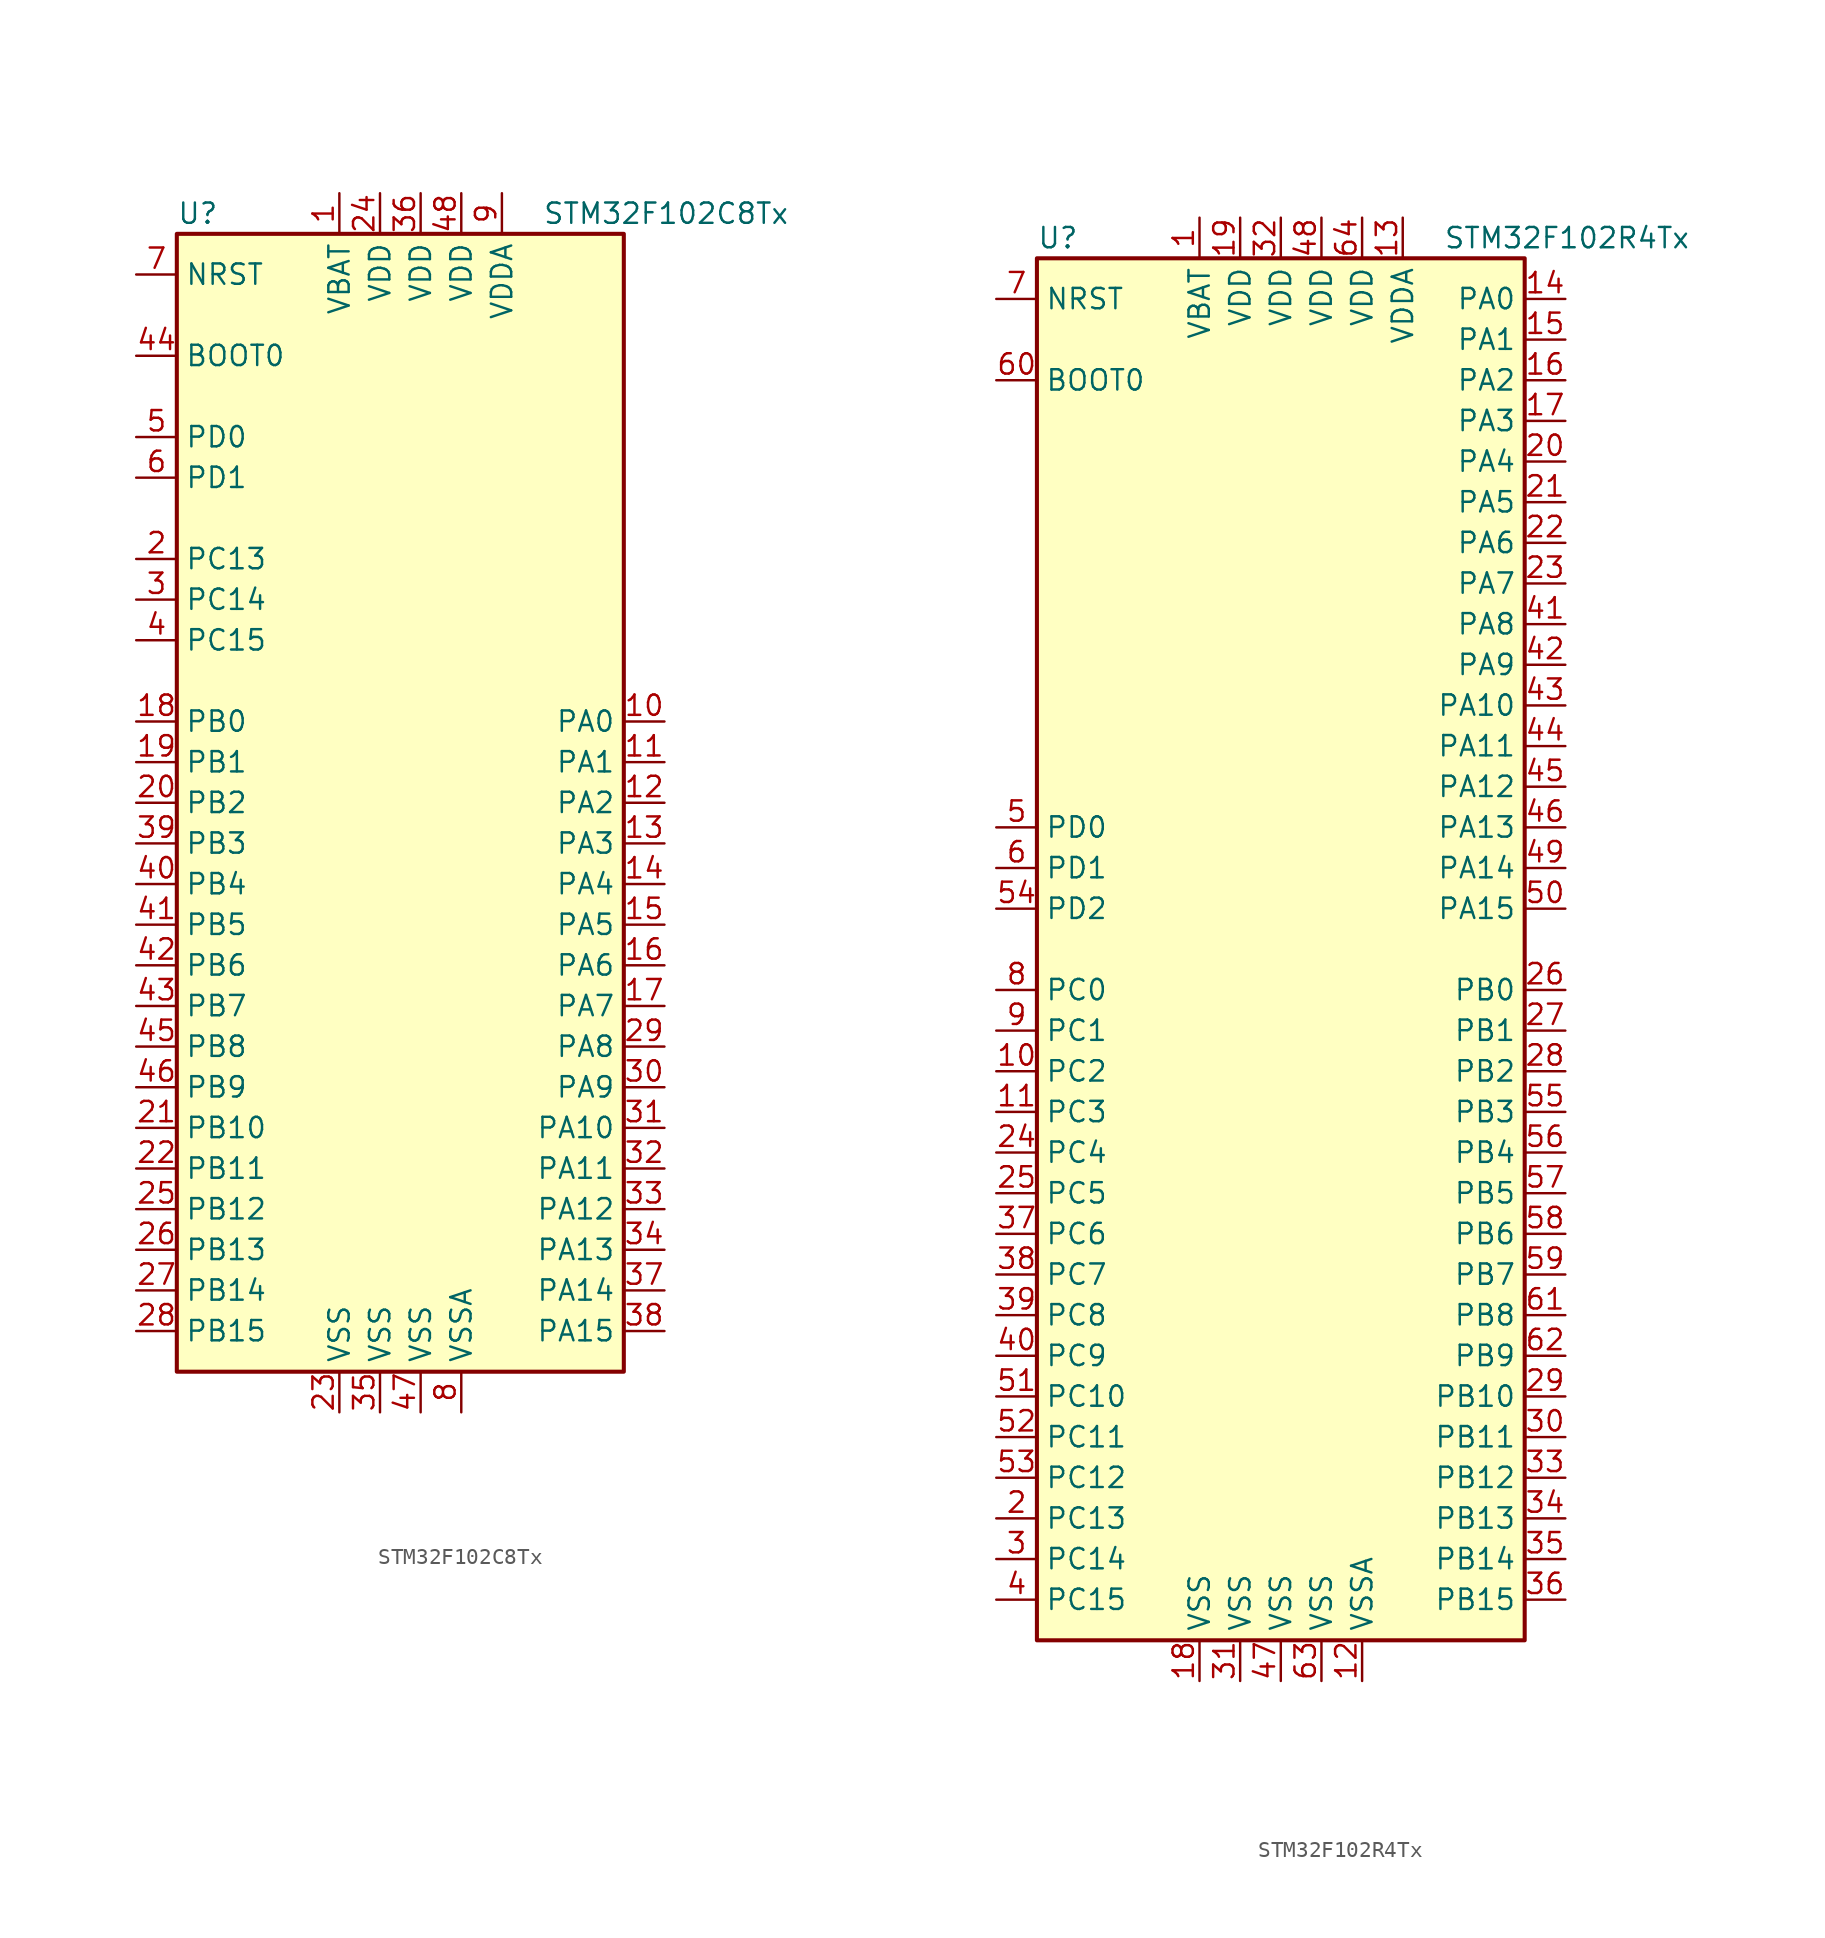
<source format=kicad_sym>
(kicad_symbol_lib
  (version 20211014)
  (generator kicad_symbol_editor)
  (symbol "STM32F102C8Tx"
    (property "Reference" "U"
      (at -15.24 36.83 0)
      (effects (font (size 1.27 1.27)) (justify left)))
    (property "Value" "STM32F102C8Tx"
      (at 7.62 36.83 0)
      (effects (font (size 1.27 1.27)) (justify left)))
    (symbol "STM32F102C8Tx_0_1"
      (rectangle (start -15.24 -35.56) (end 12.7 35.56) (stroke (width 0.254) (type default) (color 0 0 0 0)) (fill (type background))))
    (symbol "STM32F102C8Tx_1_1"
      (pin power_in line (at -5.08 38.1 270) (length 2.54) (name "VBAT" (effects (font (size 1.27 1.27)))) (number "1" (effects (font (size 1.27 1.27)))))
      (pin bidirectional line (at 15.24 5.08 180) (length 2.54) (name "PA0" (effects (font (size 1.27 1.27)))) (number "10" (effects (font (size 1.27 1.27)))))
      (pin bidirectional line (at 15.24 2.54 180) (length 2.54) (name "PA1" (effects (font (size 1.27 1.27)))) (number "11" (effects (font (size 1.27 1.27)))))
      (pin bidirectional line (at 15.24 0 180) (length 2.54) (name "PA2" (effects (font (size 1.27 1.27)))) (number "12" (effects (font (size 1.27 1.27)))))
      (pin bidirectional line (at 15.24 -2.54 180) (length 2.54) (name "PA3" (effects (font (size 1.27 1.27)))) (number "13" (effects (font (size 1.27 1.27)))))
      (pin bidirectional line (at 15.24 -5.08 180) (length 2.54) (name "PA4" (effects (font (size 1.27 1.27)))) (number "14" (effects (font (size 1.27 1.27)))))
      (pin bidirectional line (at 15.24 -7.62 180) (length 2.54) (name "PA5" (effects (font (size 1.27 1.27)))) (number "15" (effects (font (size 1.27 1.27)))))
      (pin bidirectional line (at 15.24 -10.16 180) (length 2.54) (name "PA6" (effects (font (size 1.27 1.27)))) (number "16" (effects (font (size 1.27 1.27)))))
      (pin bidirectional line (at 15.24 -12.7 180) (length 2.54) (name "PA7" (effects (font (size 1.27 1.27)))) (number "17" (effects (font (size 1.27 1.27)))))
      (pin bidirectional line (at -17.78 5.08 0) (length 2.54) (name "PB0" (effects (font (size 1.27 1.27)))) (number "18" (effects (font (size 1.27 1.27)))))
      (pin bidirectional line (at -17.78 2.54 0) (length 2.54) (name "PB1" (effects (font (size 1.27 1.27)))) (number "19" (effects (font (size 1.27 1.27)))))
      (pin bidirectional line (at -17.78 15.24 0) (length 2.54) (name "PC13" (effects (font (size 1.27 1.27)))) (number "2" (effects (font (size 1.27 1.27)))))
      (pin bidirectional line (at -17.78 0 0) (length 2.54) (name "PB2" (effects (font (size 1.27 1.27)))) (number "20" (effects (font (size 1.27 1.27)))))
      (pin bidirectional line (at -17.78 -20.32 0) (length 2.54) (name "PB10" (effects (font (size 1.27 1.27)))) (number "21" (effects (font (size 1.27 1.27)))))
      (pin bidirectional line (at -17.78 -22.86 0) (length 2.54) (name "PB11" (effects (font (size 1.27 1.27)))) (number "22" (effects (font (size 1.27 1.27)))))
      (pin power_in line (at -5.08 -38.1 90) (length 2.54) (name "VSS" (effects (font (size 1.27 1.27)))) (number "23" (effects (font (size 1.27 1.27)))))
      (pin power_in line (at -2.54 38.1 270) (length 2.54) (name "VDD" (effects (font (size 1.27 1.27)))) (number "24" (effects (font (size 1.27 1.27)))))
      (pin bidirectional line (at -17.78 -25.4 0) (length 2.54) (name "PB12" (effects (font (size 1.27 1.27)))) (number "25" (effects (font (size 1.27 1.27)))))
      (pin bidirectional line (at -17.78 -27.94 0) (length 2.54) (name "PB13" (effects (font (size 1.27 1.27)))) (number "26" (effects (font (size 1.27 1.27)))))
      (pin bidirectional line (at -17.78 -30.48 0) (length 2.54) (name "PB14" (effects (font (size 1.27 1.27)))) (number "27" (effects (font (size 1.27 1.27)))))
      (pin bidirectional line (at -17.78 -33.02 0) (length 2.54) (name "PB15" (effects (font (size 1.27 1.27)))) (number "28" (effects (font (size 1.27 1.27)))))
      (pin bidirectional line (at 15.24 -15.24 180) (length 2.54) (name "PA8" (effects (font (size 1.27 1.27)))) (number "29" (effects (font (size 1.27 1.27)))))
      (pin bidirectional line (at -17.78 12.7 0) (length 2.54) (name "PC14" (effects (font (size 1.27 1.27)))) (number "3" (effects (font (size 1.27 1.27)))))
      (pin bidirectional line (at 15.24 -17.78 180) (length 2.54) (name "PA9" (effects (font (size 1.27 1.27)))) (number "30" (effects (font (size 1.27 1.27)))))
      (pin bidirectional line (at 15.24 -20.32 180) (length 2.54) (name "PA10" (effects (font (size 1.27 1.27)))) (number "31" (effects (font (size 1.27 1.27)))))
      (pin bidirectional line (at 15.24 -22.86 180) (length 2.54) (name "PA11" (effects (font (size 1.27 1.27)))) (number "32" (effects (font (size 1.27 1.27)))))
      (pin bidirectional line (at 15.24 -25.4 180) (length 2.54) (name "PA12" (effects (font (size 1.27 1.27)))) (number "33" (effects (font (size 1.27 1.27)))))
      (pin bidirectional line (at 15.24 -27.94 180) (length 2.54) (name "PA13" (effects (font (size 1.27 1.27)))) (number "34" (effects (font (size 1.27 1.27)))))
      (pin power_in line (at -2.54 -38.1 90) (length 2.54) (name "VSS" (effects (font (size 1.27 1.27)))) (number "35" (effects (font (size 1.27 1.27)))))
      (pin power_in line (at 0 38.1 270) (length 2.54) (name "VDD" (effects (font (size 1.27 1.27)))) (number "36" (effects (font (size 1.27 1.27)))))
      (pin bidirectional line (at 15.24 -30.48 180) (length 2.54) (name "PA14" (effects (font (size 1.27 1.27)))) (number "37" (effects (font (size 1.27 1.27)))))
      (pin bidirectional line (at 15.24 -33.02 180) (length 2.54) (name "PA15" (effects (font (size 1.27 1.27)))) (number "38" (effects (font (size 1.27 1.27)))))
      (pin bidirectional line (at -17.78 -2.54 0) (length 2.54) (name "PB3" (effects (font (size 1.27 1.27)))) (number "39" (effects (font (size 1.27 1.27)))))
      (pin bidirectional line (at -17.78 10.16 0) (length 2.54) (name "PC15" (effects (font (size 1.27 1.27)))) (number "4" (effects (font (size 1.27 1.27)))))
      (pin bidirectional line (at -17.78 -5.08 0) (length 2.54) (name "PB4" (effects (font (size 1.27 1.27)))) (number "40" (effects (font (size 1.27 1.27)))))
      (pin bidirectional line (at -17.78 -7.62 0) (length 2.54) (name "PB5" (effects (font (size 1.27 1.27)))) (number "41" (effects (font (size 1.27 1.27)))))
      (pin bidirectional line (at -17.78 -10.16 0) (length 2.54) (name "PB6" (effects (font (size 1.27 1.27)))) (number "42" (effects (font (size 1.27 1.27)))))
      (pin bidirectional line (at -17.78 -12.7 0) (length 2.54) (name "PB7" (effects (font (size 1.27 1.27)))) (number "43" (effects (font (size 1.27 1.27)))))
      (pin input line (at -17.78 27.94 0) (length 2.54) (name "BOOT0" (effects (font (size 1.27 1.27)))) (number "44" (effects (font (size 1.27 1.27)))))
      (pin bidirectional line (at -17.78 -15.24 0) (length 2.54) (name "PB8" (effects (font (size 1.27 1.27)))) (number "45" (effects (font (size 1.27 1.27)))))
      (pin bidirectional line (at -17.78 -17.78 0) (length 2.54) (name "PB9" (effects (font (size 1.27 1.27)))) (number "46" (effects (font (size 1.27 1.27)))))
      (pin power_in line (at 0 -38.1 90) (length 2.54) (name "VSS" (effects (font (size 1.27 1.27)))) (number "47" (effects (font (size 1.27 1.27)))))
      (pin power_in line (at 2.54 38.1 270) (length 2.54) (name "VDD" (effects (font (size 1.27 1.27)))) (number "48" (effects (font (size 1.27 1.27)))))
      (pin input line (at -17.78 22.86 0) (length 2.54) (name "PD0" (effects (font (size 1.27 1.27)))) (number "5" (effects (font (size 1.27 1.27)))))
      (pin input line (at -17.78 20.32 0) (length 2.54) (name "PD1" (effects (font (size 1.27 1.27)))) (number "6" (effects (font (size 1.27 1.27)))))
      (pin input line (at -17.78 33.02 0) (length 2.54) (name "NRST" (effects (font (size 1.27 1.27)))) (number "7" (effects (font (size 1.27 1.27)))))
      (pin power_in line (at 2.54 -38.1 90) (length 2.54) (name "VSSA" (effects (font (size 1.27 1.27)))) (number "8" (effects (font (size 1.27 1.27)))))
      (pin power_in line (at 5.08 38.1 270) (length 2.54) (name "VDDA" (effects (font (size 1.27 1.27)))) (number "9" (effects (font (size 1.27 1.27)))))))
  (symbol "STM32F102R4Tx"
    (property "Reference" "U"
      (at -15.24 44.45 0)
      (effects (font (size 1.27 1.27)) (justify left)))
    (property "Value" "STM32F102R4Tx"
      (at 10.16 44.45 0)
      (effects (font (size 1.27 1.27)) (justify left)))
    (symbol "STM32F102R4Tx_0_1"
      (rectangle (start -15.24 -43.18) (end 15.24 43.18) (stroke (width 0.254) (type default) (color 0 0 0 0)) (fill (type background))))
    (symbol "STM32F102R4Tx_1_1"
      (pin power_in line (at -5.08 45.72 270) (length 2.54) (name "VBAT" (effects (font (size 1.27 1.27)))) (number "1" (effects (font (size 1.27 1.27)))))
      (pin bidirectional line (at -17.78 -7.62 0) (length 2.54) (name "PC2" (effects (font (size 1.27 1.27)))) (number "10" (effects (font (size 1.27 1.27)))))
      (pin bidirectional line (at -17.78 -10.16 0) (length 2.54) (name "PC3" (effects (font (size 1.27 1.27)))) (number "11" (effects (font (size 1.27 1.27)))))
      (pin power_in line (at 5.08 -45.72 90) (length 2.54) (name "VSSA" (effects (font (size 1.27 1.27)))) (number "12" (effects (font (size 1.27 1.27)))))
      (pin power_in line (at 7.62 45.72 270) (length 2.54) (name "VDDA" (effects (font (size 1.27 1.27)))) (number "13" (effects (font (size 1.27 1.27)))))
      (pin bidirectional line (at 17.78 40.64 180) (length 2.54) (name "PA0" (effects (font (size 1.27 1.27)))) (number "14" (effects (font (size 1.27 1.27)))))
      (pin bidirectional line (at 17.78 38.1 180) (length 2.54) (name "PA1" (effects (font (size 1.27 1.27)))) (number "15" (effects (font (size 1.27 1.27)))))
      (pin bidirectional line (at 17.78 35.56 180) (length 2.54) (name "PA2" (effects (font (size 1.27 1.27)))) (number "16" (effects (font (size 1.27 1.27)))))
      (pin bidirectional line (at 17.78 33.02 180) (length 2.54) (name "PA3" (effects (font (size 1.27 1.27)))) (number "17" (effects (font (size 1.27 1.27)))))
      (pin power_in line (at -5.08 -45.72 90) (length 2.54) (name "VSS" (effects (font (size 1.27 1.27)))) (number "18" (effects (font (size 1.27 1.27)))))
      (pin power_in line (at -2.54 45.72 270) (length 2.54) (name "VDD" (effects (font (size 1.27 1.27)))) (number "19" (effects (font (size 1.27 1.27)))))
      (pin bidirectional line (at -17.78 -35.56 0) (length 2.54) (name "PC13" (effects (font (size 1.27 1.27)))) (number "2" (effects (font (size 1.27 1.27)))))
      (pin bidirectional line (at 17.78 30.48 180) (length 2.54) (name "PA4" (effects (font (size 1.27 1.27)))) (number "20" (effects (font (size 1.27 1.27)))))
      (pin bidirectional line (at 17.78 27.94 180) (length 2.54) (name "PA5" (effects (font (size 1.27 1.27)))) (number "21" (effects (font (size 1.27 1.27)))))
      (pin bidirectional line (at 17.78 25.4 180) (length 2.54) (name "PA6" (effects (font (size 1.27 1.27)))) (number "22" (effects (font (size 1.27 1.27)))))
      (pin bidirectional line (at 17.78 22.86 180) (length 2.54) (name "PA7" (effects (font (size 1.27 1.27)))) (number "23" (effects (font (size 1.27 1.27)))))
      (pin bidirectional line (at -17.78 -12.7 0) (length 2.54) (name "PC4" (effects (font (size 1.27 1.27)))) (number "24" (effects (font (size 1.27 1.27)))))
      (pin bidirectional line (at -17.78 -15.24 0) (length 2.54) (name "PC5" (effects (font (size 1.27 1.27)))) (number "25" (effects (font (size 1.27 1.27)))))
      (pin bidirectional line (at 17.78 -2.54 180) (length 2.54) (name "PB0" (effects (font (size 1.27 1.27)))) (number "26" (effects (font (size 1.27 1.27)))))
      (pin bidirectional line (at 17.78 -5.08 180) (length 2.54) (name "PB1" (effects (font (size 1.27 1.27)))) (number "27" (effects (font (size 1.27 1.27)))))
      (pin bidirectional line (at 17.78 -7.62 180) (length 2.54) (name "PB2" (effects (font (size 1.27 1.27)))) (number "28" (effects (font (size 1.27 1.27)))))
      (pin bidirectional line (at 17.78 -27.94 180) (length 2.54) (name "PB10" (effects (font (size 1.27 1.27)))) (number "29" (effects (font (size 1.27 1.27)))))
      (pin bidirectional line (at -17.78 -38.1 0) (length 2.54) (name "PC14" (effects (font (size 1.27 1.27)))) (number "3" (effects (font (size 1.27 1.27)))))
      (pin bidirectional line (at 17.78 -30.48 180) (length 2.54) (name "PB11" (effects (font (size 1.27 1.27)))) (number "30" (effects (font (size 1.27 1.27)))))
      (pin power_in line (at -2.54 -45.72 90) (length 2.54) (name "VSS" (effects (font (size 1.27 1.27)))) (number "31" (effects (font (size 1.27 1.27)))))
      (pin power_in line (at 0 45.72 270) (length 2.54) (name "VDD" (effects (font (size 1.27 1.27)))) (number "32" (effects (font (size 1.27 1.27)))))
      (pin bidirectional line (at 17.78 -33.02 180) (length 2.54) (name "PB12" (effects (font (size 1.27 1.27)))) (number "33" (effects (font (size 1.27 1.27)))))
      (pin bidirectional line (at 17.78 -35.56 180) (length 2.54) (name "PB13" (effects (font (size 1.27 1.27)))) (number "34" (effects (font (size 1.27 1.27)))))
      (pin bidirectional line (at 17.78 -38.1 180) (length 2.54) (name "PB14" (effects (font (size 1.27 1.27)))) (number "35" (effects (font (size 1.27 1.27)))))
      (pin bidirectional line (at 17.78 -40.64 180) (length 2.54) (name "PB15" (effects (font (size 1.27 1.27)))) (number "36" (effects (font (size 1.27 1.27)))))
      (pin bidirectional line (at -17.78 -17.78 0) (length 2.54) (name "PC6" (effects (font (size 1.27 1.27)))) (number "37" (effects (font (size 1.27 1.27)))))
      (pin bidirectional line (at -17.78 -20.32 0) (length 2.54) (name "PC7" (effects (font (size 1.27 1.27)))) (number "38" (effects (font (size 1.27 1.27)))))
      (pin bidirectional line (at -17.78 -22.86 0) (length 2.54) (name "PC8" (effects (font (size 1.27 1.27)))) (number "39" (effects (font (size 1.27 1.27)))))
      (pin bidirectional line (at -17.78 -40.64 0) (length 2.54) (name "PC15" (effects (font (size 1.27 1.27)))) (number "4" (effects (font (size 1.27 1.27)))))
      (pin bidirectional line (at -17.78 -25.4 0) (length 2.54) (name "PC9" (effects (font (size 1.27 1.27)))) (number "40" (effects (font (size 1.27 1.27)))))
      (pin bidirectional line (at 17.78 20.32 180) (length 2.54) (name "PA8" (effects (font (size 1.27 1.27)))) (number "41" (effects (font (size 1.27 1.27)))))
      (pin bidirectional line (at 17.78 17.78 180) (length 2.54) (name "PA9" (effects (font (size 1.27 1.27)))) (number "42" (effects (font (size 1.27 1.27)))))
      (pin bidirectional line (at 17.78 15.24 180) (length 2.54) (name "PA10" (effects (font (size 1.27 1.27)))) (number "43" (effects (font (size 1.27 1.27)))))
      (pin bidirectional line (at 17.78 12.7 180) (length 2.54) (name "PA11" (effects (font (size 1.27 1.27)))) (number "44" (effects (font (size 1.27 1.27)))))
      (pin bidirectional line (at 17.78 10.16 180) (length 2.54) (name "PA12" (effects (font (size 1.27 1.27)))) (number "45" (effects (font (size 1.27 1.27)))))
      (pin bidirectional line (at 17.78 7.62 180) (length 2.54) (name "PA13" (effects (font (size 1.27 1.27)))) (number "46" (effects (font (size 1.27 1.27)))))
      (pin power_in line (at 0 -45.72 90) (length 2.54) (name "VSS" (effects (font (size 1.27 1.27)))) (number "47" (effects (font (size 1.27 1.27)))))
      (pin power_in line (at 2.54 45.72 270) (length 2.54) (name "VDD" (effects (font (size 1.27 1.27)))) (number "48" (effects (font (size 1.27 1.27)))))
      (pin bidirectional line (at 17.78 5.08 180) (length 2.54) (name "PA14" (effects (font (size 1.27 1.27)))) (number "49" (effects (font (size 1.27 1.27)))))
      (pin input line (at -17.78 7.62 0) (length 2.54) (name "PD0" (effects (font (size 1.27 1.27)))) (number "5" (effects (font (size 1.27 1.27)))))
      (pin bidirectional line (at 17.78 2.54 180) (length 2.54) (name "PA15" (effects (font (size 1.27 1.27)))) (number "50" (effects (font (size 1.27 1.27)))))
      (pin bidirectional line (at -17.78 -27.94 0) (length 2.54) (name "PC10" (effects (font (size 1.27 1.27)))) (number "51" (effects (font (size 1.27 1.27)))))
      (pin bidirectional line (at -17.78 -30.48 0) (length 2.54) (name "PC11" (effects (font (size 1.27 1.27)))) (number "52" (effects (font (size 1.27 1.27)))))
      (pin bidirectional line (at -17.78 -33.02 0) (length 2.54) (name "PC12" (effects (font (size 1.27 1.27)))) (number "53" (effects (font (size 1.27 1.27)))))
      (pin bidirectional line (at -17.78 2.54 0) (length 2.54) (name "PD2" (effects (font (size 1.27 1.27)))) (number "54" (effects (font (size 1.27 1.27)))))
      (pin bidirectional line (at 17.78 -10.16 180) (length 2.54) (name "PB3" (effects (font (size 1.27 1.27)))) (number "55" (effects (font (size 1.27 1.27)))))
      (pin bidirectional line (at 17.78 -12.7 180) (length 2.54) (name "PB4" (effects (font (size 1.27 1.27)))) (number "56" (effects (font (size 1.27 1.27)))))
      (pin bidirectional line (at 17.78 -15.24 180) (length 2.54) (name "PB5" (effects (font (size 1.27 1.27)))) (number "57" (effects (font (size 1.27 1.27)))))
      (pin bidirectional line (at 17.78 -17.78 180) (length 2.54) (name "PB6" (effects (font (size 1.27 1.27)))) (number "58" (effects (font (size 1.27 1.27)))))
      (pin bidirectional line (at 17.78 -20.32 180) (length 2.54) (name "PB7" (effects (font (size 1.27 1.27)))) (number "59" (effects (font (size 1.27 1.27)))))
      (pin input line (at -17.78 5.08 0) (length 2.54) (name "PD1" (effects (font (size 1.27 1.27)))) (number "6" (effects (font (size 1.27 1.27)))))
      (pin input line (at -17.78 35.56 0) (length 2.54) (name "BOOT0" (effects (font (size 1.27 1.27)))) (number "60" (effects (font (size 1.27 1.27)))))
      (pin bidirectional line (at 17.78 -22.86 180) (length 2.54) (name "PB8" (effects (font (size 1.27 1.27)))) (number "61" (effects (font (size 1.27 1.27)))))
      (pin bidirectional line (at 17.78 -25.4 180) (length 2.54) (name "PB9" (effects (font (size 1.27 1.27)))) (number "62" (effects (font (size 1.27 1.27)))))
      (pin power_in line (at 2.54 -45.72 90) (length 2.54) (name "VSS" (effects (font (size 1.27 1.27)))) (number "63" (effects (font (size 1.27 1.27)))))
      (pin power_in line (at 5.08 45.72 270) (length 2.54) (name "VDD" (effects (font (size 1.27 1.27)))) (number "64" (effects (font (size 1.27 1.27)))))
      (pin input line (at -17.78 40.64 0) (length 2.54) (name "NRST" (effects (font (size 1.27 1.27)))) (number "7" (effects (font (size 1.27 1.27)))))
      (pin bidirectional line (at -17.78 -2.54 0) (length 2.54) (name "PC0" (effects (font (size 1.27 1.27)))) (number "8" (effects (font (size 1.27 1.27)))))
      (pin bidirectional line (at -17.78 -5.08 0) (length 2.54) (name "PC1" (effects (font (size 1.27 1.27)))) (number "9" (effects (font (size 1.27 1.27))))))))
</source>
